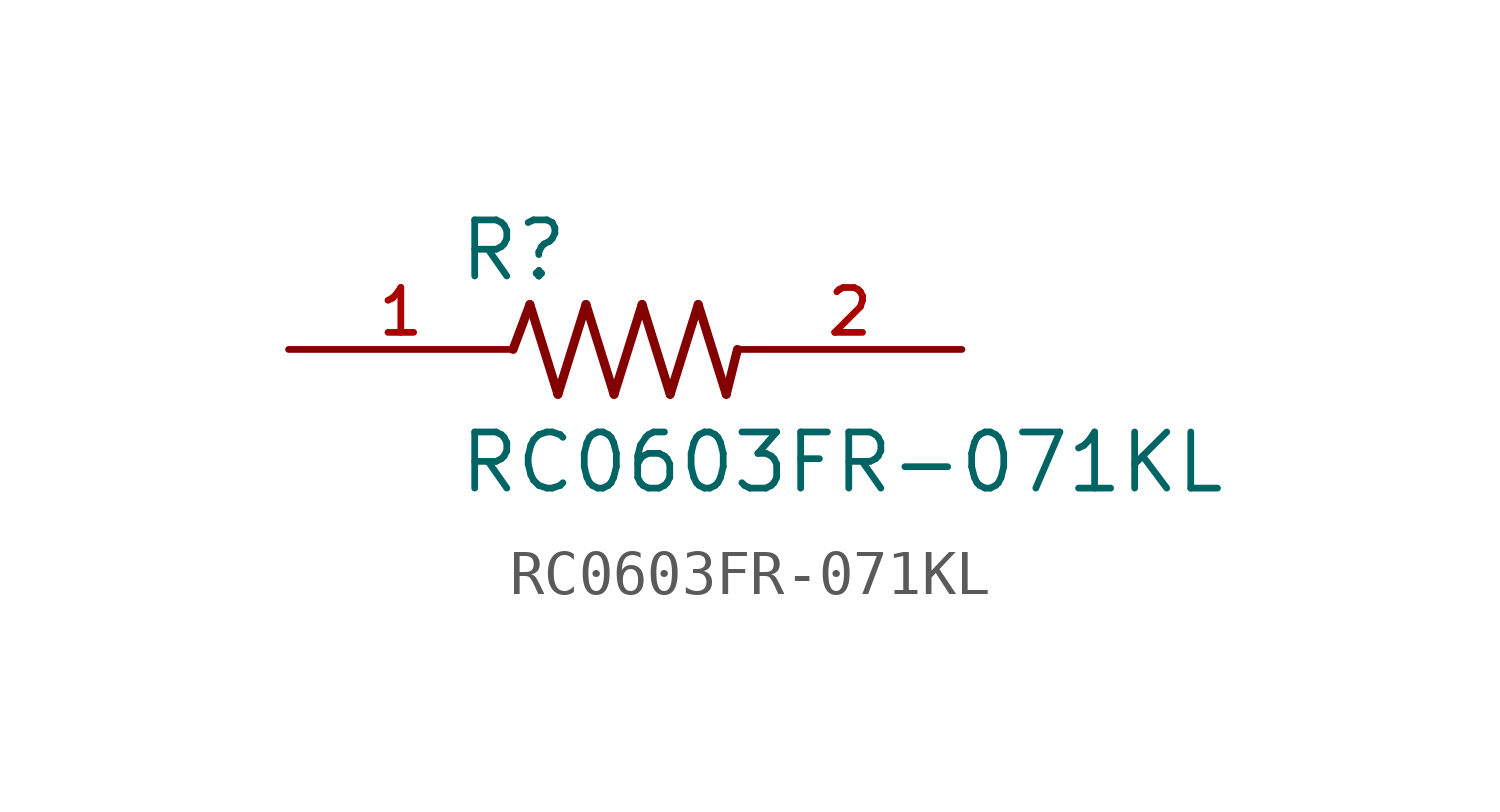
<source format=kicad_sym>
(kicad_symbol_lib
  (version 20211014)
  (generator kicad_symbol_editor)
  (symbol "RC0603FR-071KL"
    (pin_names
      (offset 1.016))
    (property "Reference" "R"
      (at -3.81 1.499 0)
      (effects (font (size 1.27 1.27)) (justify bottom left)))
    (property "Value" "RC0603FR-071KL"
      (at -3.81 -3.302 0)
      (effects (font (size 1.27 1.27)) (justify bottom left)))
    (symbol "RC0603FR-071KL_0_0"
      (polyline (pts (xy -2.54 0.0) (xy -2.159 1.016)) (stroke (width 0.203)))
      (polyline (pts (xy -2.159 1.016) (xy -1.524 -1.016)) (stroke (width 0.203)))
      (polyline (pts (xy -1.524 -1.016) (xy -0.889 1.016)) (stroke (width 0.203)))
      (polyline (pts (xy -0.889 1.016) (xy -0.254 -1.016)) (stroke (width 0.203)))
      (polyline (pts (xy -0.254 -1.016) (xy 0.381 1.016)) (stroke (width 0.203)))
      (polyline (pts (xy 0.381 1.016) (xy 1.016 -1.016)) (stroke (width 0.203)))
      (polyline (pts (xy 1.016 -1.016) (xy 1.651 1.016)) (stroke (width 0.203)))
      (polyline (pts (xy 1.651 1.016) (xy 2.286 -1.016)) (stroke (width 0.203)))
      (polyline (pts (xy 2.286 -1.016) (xy 2.54 0.0)) (stroke (width 0.203)))
      (pin passive line (at 7.62 0.0 180.0) (length 5.08) (name "~" (effects (font (size 1.016 1.016)))) (number "2" (effects (font (size 1.016 1.016)))))
      (pin passive line (at -7.62 0.0 0) (length 5.08) (name "~" (effects (font (size 1.016 1.016)))) (number "1" (effects (font (size 1.016 1.016))))))))
</source>
